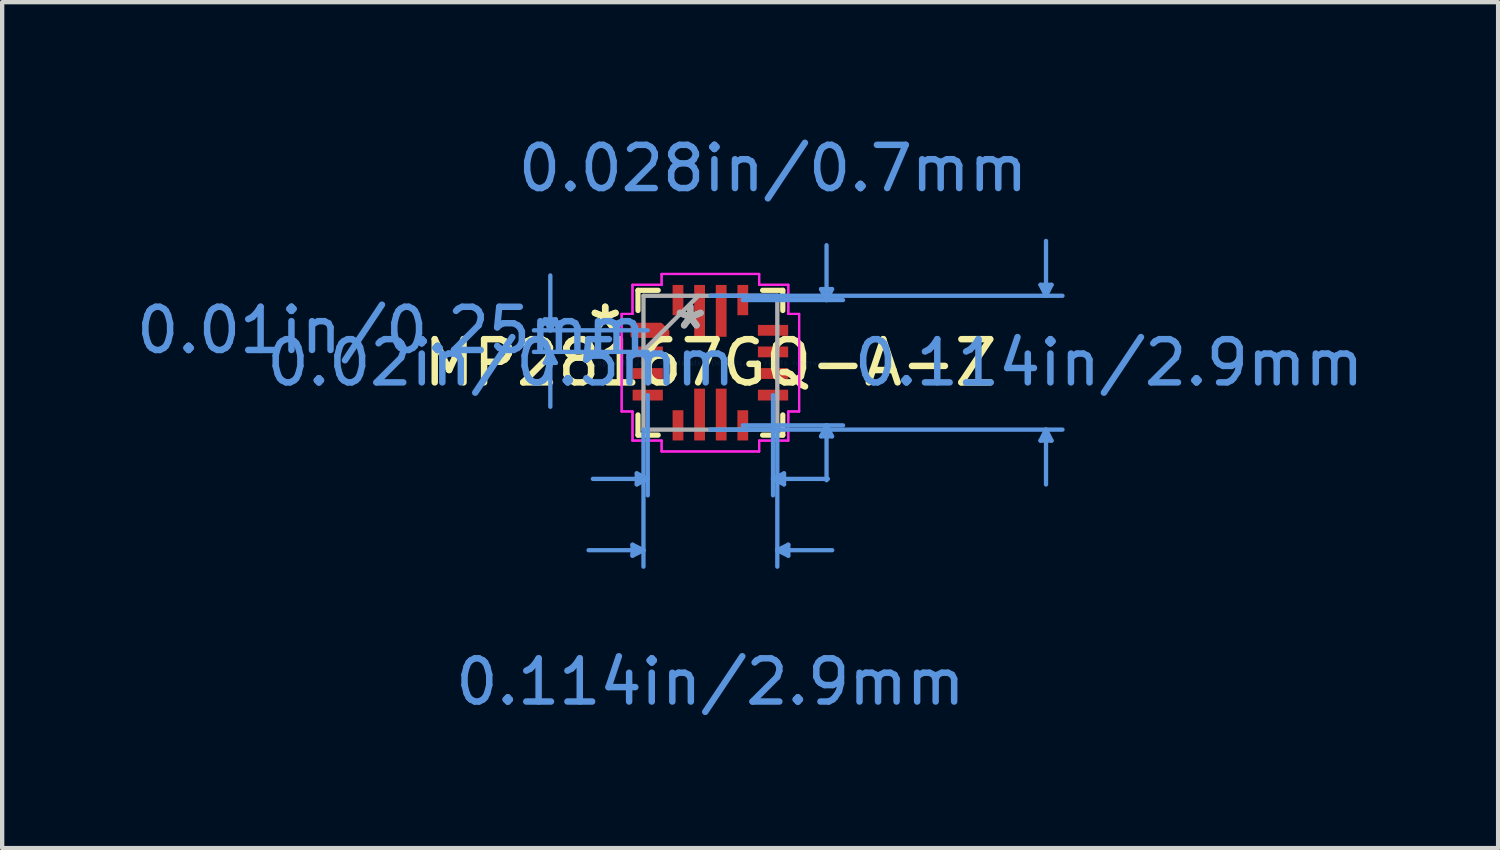
<source format=kicad_pcb>
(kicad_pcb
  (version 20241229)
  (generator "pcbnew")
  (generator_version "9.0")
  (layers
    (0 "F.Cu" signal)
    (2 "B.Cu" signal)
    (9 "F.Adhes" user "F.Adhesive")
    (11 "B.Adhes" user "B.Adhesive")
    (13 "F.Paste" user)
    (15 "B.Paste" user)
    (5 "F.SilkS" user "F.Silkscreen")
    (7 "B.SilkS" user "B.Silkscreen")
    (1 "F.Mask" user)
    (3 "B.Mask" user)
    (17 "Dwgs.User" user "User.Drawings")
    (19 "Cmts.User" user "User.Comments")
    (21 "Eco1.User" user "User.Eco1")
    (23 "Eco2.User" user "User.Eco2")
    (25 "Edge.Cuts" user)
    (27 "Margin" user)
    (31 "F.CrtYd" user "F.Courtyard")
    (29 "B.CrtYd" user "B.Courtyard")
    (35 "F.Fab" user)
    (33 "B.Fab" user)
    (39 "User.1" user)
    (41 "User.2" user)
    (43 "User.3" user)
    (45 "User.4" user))
  (footprint "MP28167GQ-A-Z"
    (layer "F.Cu")
    (at 13.394 5.346)
    (property "Reference" "MP28167GQ-A-Z" (at 0 0 0) (layer "F.SilkS") (effects (font (size 1 1) (thickness 0.15))))
    (attr through_hole)
    (fp_poly (pts (xy -1.8 -0.875) (xy -1.8 -0.625) (xy -1 -0.625) (xy -1 -0.725) (xy -1.15 -0.875)) (stroke (width 0.1) (type solid)) (fill yes) (layer "F.Cu"))
    (fp_poly (pts (xy -1.8 -0.875) (xy -1.8 -0.625) (xy -1 -0.625) (xy -1 -0.725) (xy -1.15 -0.875)) (stroke (width 0.1) (type solid)) (fill yes) (layer "F.Mask"))
    (fp_line (start -1.676 -1.676) (end -1.676 -1.208) (stroke (width 0.12) (type solid)) (layer "F.SilkS"))
    (fp_line (start -1.676 1.208) (end -1.676 1.676) (stroke (width 0.12) (type solid)) (layer "F.SilkS"))
    (fp_line (start -1.676 1.676) (end -1.208 1.676) (stroke (width 0.12) (type solid)) (layer "F.SilkS"))
    (fp_line (start -1.208 -1.676) (end -1.676 -1.676) (stroke (width 0.12) (type solid)) (layer "F.SilkS"))
    (fp_line (start 1.208 1.676) (end 1.676 1.676) (stroke (width 0.12) (type solid)) (layer "F.SilkS"))
    (fp_line (start 1.676 -1.676) (end 1.208 -1.676) (stroke (width 0.12) (type solid)) (layer "F.SilkS"))
    (fp_line (start 1.676 -1.208) (end 1.676 -1.676) (stroke (width 0.12) (type solid)) (layer "F.SilkS"))
    (fp_line (start 1.676 1.676) (end 1.676 1.208) (stroke (width 0.12) (type solid)) (layer "F.SilkS"))
    (fp_poly (pts (xy -1.8 -0.875) (xy -1.8 -0.625) (xy -1 -0.625) (xy -1 -0.725) (xy -1.15 -0.875)) (stroke (width 0.1) (type solid)) (fill yes) (layer "F.Paste"))
    (fp_line (start -3.832 -1.004) (end -3.578 -1.004) (stroke (width 0.1) (type solid)) (layer "Cmts.User"))
    (fp_line (start -3.832 0.004) (end -3.578 0.004) (stroke (width 0.1) (type solid)) (layer "Cmts.User"))
    (fp_line (start -3.705 -0.75) (end -3.832 -1.004) (stroke (width 0.1) (type solid)) (layer "Cmts.User"))
    (fp_line (start -3.705 -0.75) (end -3.705 -2.02) (stroke (width 0.1) (type solid)) (layer "Cmts.User"))
    (fp_line (start -3.705 -0.75) (end -3.578 -1.004) (stroke (width 0.1) (type solid)) (layer "Cmts.User"))
    (fp_line (start -3.705 -0.25) (end -3.832 0.004) (stroke (width 0.1) (type solid)) (layer "Cmts.User"))
    (fp_line (start -3.705 -0.25) (end -3.705 1.02) (stroke (width 0.1) (type solid)) (layer "Cmts.User"))
    (fp_line (start -3.705 -0.25) (end -3.578 0.004) (stroke (width 0.1) (type solid)) (layer "Cmts.User"))
    (fp_line (start -1.803 4.213) (end -1.803 4.467) (stroke (width 0.1) (type solid)) (layer "Cmts.User"))
    (fp_line (start -1.704 2.562) (end -1.704 2.816) (stroke (width 0.1) (type solid)) (layer "Cmts.User"))
    (fp_line (start -1.549 1.549) (end -1.549 4.721) (stroke (width 0.1) (type solid)) (layer "Cmts.User"))
    (fp_line (start -1.549 4.34) (end -2.819 4.34) (stroke (width 0.1) (type solid)) (layer "Cmts.User"))
    (fp_line (start -1.549 4.34) (end -1.803 4.213) (stroke (width 0.1) (type solid)) (layer "Cmts.User"))
    (fp_line (start -1.549 4.34) (end -1.803 4.467) (stroke (width 0.1) (type solid)) (layer "Cmts.User"))
    (fp_line (start -1.45 -0.75) (end -4.086 -0.75) (stroke (width 0.1) (type solid)) (layer "Cmts.User"))
    (fp_line (start -1.45 -0.25) (end -4.086 -0.25) (stroke (width 0.1) (type solid)) (layer "Cmts.User"))
    (fp_line (start -1.45 0.75) (end -1.45 3.07) (stroke (width 0.1) (type solid)) (layer "Cmts.User"))
    (fp_line (start -1.45 2.689) (end -2.72 2.689) (stroke (width 0.1) (type solid)) (layer "Cmts.User"))
    (fp_line (start -1.45 2.689) (end -1.704 2.562) (stroke (width 0.1) (type solid)) (layer "Cmts.User"))
    (fp_line (start -1.45 2.689) (end -1.704 2.816) (stroke (width 0.1) (type solid)) (layer "Cmts.User"))
    (fp_line (start 0 -1.549) (end 8.15 -1.549) (stroke (width 0.1) (type solid)) (layer "Cmts.User"))
    (fp_line (start 0 1.549) (end 8.15 1.549) (stroke (width 0.1) (type solid)) (layer "Cmts.User"))
    (fp_line (start 0.75 -1.45) (end 3.07 -1.45) (stroke (width 0.1) (type solid)) (layer "Cmts.User"))
    (fp_line (start 0.75 1.45) (end 3.07 1.45) (stroke (width 0.1) (type solid)) (layer "Cmts.User"))
    (fp_line (start 1.45 0.75) (end 1.45 3.07) (stroke (width 0.1) (type solid)) (layer "Cmts.User"))
    (fp_line (start 1.45 2.689) (end 1.704 2.562) (stroke (width 0.1) (type solid)) (layer "Cmts.User"))
    (fp_line (start 1.45 2.689) (end 1.704 2.816) (stroke (width 0.1) (type solid)) (layer "Cmts.User"))
    (fp_line (start 1.45 2.689) (end 2.72 2.689) (stroke (width 0.1) (type solid)) (layer "Cmts.User"))
    (fp_line (start 1.549 1.549) (end 1.549 4.721) (stroke (width 0.1) (type solid)) (layer "Cmts.User"))
    (fp_line (start 1.549 4.34) (end 1.803 4.213) (stroke (width 0.1) (type solid)) (layer "Cmts.User"))
    (fp_line (start 1.549 4.34) (end 1.803 4.467) (stroke (width 0.1) (type solid)) (layer "Cmts.User"))
    (fp_line (start 1.549 4.34) (end 2.819 4.34) (stroke (width 0.1) (type solid)) (layer "Cmts.User"))
    (fp_line (start 1.704 2.562) (end 1.704 2.816) (stroke (width 0.1) (type solid)) (layer "Cmts.User"))
    (fp_line (start 1.803 4.213) (end 1.803 4.467) (stroke (width 0.1) (type solid)) (layer "Cmts.User"))
    (fp_line (start 2.562 -1.704) (end 2.816 -1.704) (stroke (width 0.1) (type solid)) (layer "Cmts.User"))
    (fp_line (start 2.562 1.704) (end 2.816 1.704) (stroke (width 0.1) (type solid)) (layer "Cmts.User"))
    (fp_line (start 2.689 -1.45) (end 2.562 -1.704) (stroke (width 0.1) (type solid)) (layer "Cmts.User"))
    (fp_line (start 2.689 -1.45) (end 2.689 -2.72) (stroke (width 0.1) (type solid)) (layer "Cmts.User"))
    (fp_line (start 2.689 -1.45) (end 2.816 -1.704) (stroke (width 0.1) (type solid)) (layer "Cmts.User"))
    (fp_line (start 2.689 1.45) (end 2.562 1.704) (stroke (width 0.1) (type solid)) (layer "Cmts.User"))
    (fp_line (start 2.689 1.45) (end 2.689 2.72) (stroke (width 0.1) (type solid)) (layer "Cmts.User"))
    (fp_line (start 2.689 1.45) (end 2.816 1.704) (stroke (width 0.1) (type solid)) (layer "Cmts.User"))
    (fp_line (start 7.642 -1.803) (end 7.896 -1.803) (stroke (width 0.1) (type solid)) (layer "Cmts.User"))
    (fp_line (start 7.642 1.803) (end 7.896 1.803) (stroke (width 0.1) (type solid)) (layer "Cmts.User"))
    (fp_line (start 7.769 -1.549) (end 7.642 -1.803) (stroke (width 0.1) (type solid)) (layer "Cmts.User"))
    (fp_line (start 7.769 -1.549) (end 7.769 -2.819) (stroke (width 0.1) (type solid)) (layer "Cmts.User"))
    (fp_line (start 7.769 -1.549) (end 7.896 -1.803) (stroke (width 0.1) (type solid)) (layer "Cmts.User"))
    (fp_line (start 7.769 1.549) (end 7.642 1.803) (stroke (width 0.1) (type solid)) (layer "Cmts.User"))
    (fp_line (start 7.769 1.549) (end 7.769 2.819) (stroke (width 0.1) (type solid)) (layer "Cmts.User"))
    (fp_line (start 7.769 1.549) (end 7.896 1.803) (stroke (width 0.1) (type solid)) (layer "Cmts.User"))
    (fp_line (start -2.054 -1.129) (end -1.803 -1.129) (stroke (width 0.05) (type solid)) (layer "F.CrtYd"))
    (fp_line (start -2.054 -1.129) (end -1.803 -1.129) (stroke (width 0.05) (type solid)) (layer "F.CrtYd"))
    (fp_line (start -2.054 1.129) (end -2.054 -1.129) (stroke (width 0.05) (type solid)) (layer "F.CrtYd"))
    (fp_line (start -2.054 1.129) (end -2.054 -1.129) (stroke (width 0.05) (type solid)) (layer "F.CrtYd"))
    (fp_line (start -1.803 -1.803) (end -1.129 -1.803) (stroke (width 0.05) (type solid)) (layer "F.CrtYd"))
    (fp_line (start -1.803 -1.803) (end -1.129 -1.803) (stroke (width 0.05) (type solid)) (layer "F.CrtYd"))
    (fp_line (start -1.803 -1.129) (end -1.803 -1.803) (stroke (width 0.05) (type solid)) (layer "F.CrtYd"))
    (fp_line (start -1.803 -1.129) (end -1.803 -1.803) (stroke (width 0.05) (type solid)) (layer "F.CrtYd"))
    (fp_line (start -1.803 1.129) (end -2.054 1.129) (stroke (width 0.05) (type solid)) (layer "F.CrtYd"))
    (fp_line (start -1.803 1.129) (end -2.054 1.129) (stroke (width 0.05) (type solid)) (layer "F.CrtYd"))
    (fp_line (start -1.803 1.803) (end -1.803 1.129) (stroke (width 0.05) (type solid)) (layer "F.CrtYd"))
    (fp_line (start -1.803 1.803) (end -1.803 1.129) (stroke (width 0.05) (type solid)) (layer "F.CrtYd"))
    (fp_line (start -1.129 -2.054) (end 1.129 -2.054) (stroke (width 0.05) (type solid)) (layer "F.CrtYd"))
    (fp_line (start -1.129 -2.054) (end 1.129 -2.054) (stroke (width 0.05) (type solid)) (layer "F.CrtYd"))
    (fp_line (start -1.129 -1.803) (end -1.129 -2.054) (stroke (width 0.05) (type solid)) (layer "F.CrtYd"))
    (fp_line (start -1.129 -1.803) (end -1.129 -2.054) (stroke (width 0.05) (type solid)) (layer "F.CrtYd"))
    (fp_line (start -1.129 1.803) (end -1.803 1.803) (stroke (width 0.05) (type solid)) (layer "F.CrtYd"))
    (fp_line (start -1.129 1.803) (end -1.803 1.803) (stroke (width 0.05) (type solid)) (layer "F.CrtYd"))
    (fp_line (start -1.129 2.054) (end -1.129 1.803) (stroke (width 0.05) (type solid)) (layer "F.CrtYd"))
    (fp_line (start -1.129 2.054) (end -1.129 1.803) (stroke (width 0.05) (type solid)) (layer "F.CrtYd"))
    (fp_line (start 1.129 -2.054) (end 1.129 -1.803) (stroke (width 0.05) (type solid)) (layer "F.CrtYd"))
    (fp_line (start 1.129 -2.054) (end 1.129 -1.803) (stroke (width 0.05) (type solid)) (layer "F.CrtYd"))
    (fp_line (start 1.129 -1.803) (end 1.803 -1.803) (stroke (width 0.05) (type solid)) (layer "F.CrtYd"))
    (fp_line (start 1.129 -1.803) (end 1.803 -1.803) (stroke (width 0.05) (type solid)) (layer "F.CrtYd"))
    (fp_line (start 1.129 1.803) (end 1.129 2.054) (stroke (width 0.05) (type solid)) (layer "F.CrtYd"))
    (fp_line (start 1.129 1.803) (end 1.129 2.054) (stroke (width 0.05) (type solid)) (layer "F.CrtYd"))
    (fp_line (start 1.129 2.054) (end -1.129 2.054) (stroke (width 0.05) (type solid)) (layer "F.CrtYd"))
    (fp_line (start 1.129 2.054) (end -1.129 2.054) (stroke (width 0.05) (type solid)) (layer "F.CrtYd"))
    (fp_line (start 1.803 -1.803) (end 1.803 -1.129) (stroke (width 0.05) (type solid)) (layer "F.CrtYd"))
    (fp_line (start 1.803 -1.803) (end 1.803 -1.129) (stroke (width 0.05) (type solid)) (layer "F.CrtYd"))
    (fp_line (start 1.803 -1.129) (end 2.054 -1.129) (stroke (width 0.05) (type solid)) (layer "F.CrtYd"))
    (fp_line (start 1.803 -1.129) (end 2.054 -1.129) (stroke (width 0.05) (type solid)) (layer "F.CrtYd"))
    (fp_line (start 1.803 1.129) (end 1.803 1.803) (stroke (width 0.05) (type solid)) (layer "F.CrtYd"))
    (fp_line (start 1.803 1.129) (end 1.803 1.803) (stroke (width 0.05) (type solid)) (layer "F.CrtYd"))
    (fp_line (start 1.803 1.803) (end 1.129 1.803) (stroke (width 0.05) (type solid)) (layer "F.CrtYd"))
    (fp_line (start 1.803 1.803) (end 1.129 1.803) (stroke (width 0.05) (type solid)) (layer "F.CrtYd"))
    (fp_line (start 2.054 -1.129) (end 2.054 1.129) (stroke (width 0.05) (type solid)) (layer "F.CrtYd"))
    (fp_line (start 2.054 -1.129) (end 2.054 1.129) (stroke (width 0.05) (type solid)) (layer "F.CrtYd"))
    (fp_line (start 2.054 1.129) (end 1.803 1.129) (stroke (width 0.05) (type solid)) (layer "F.CrtYd"))
    (fp_line (start 2.054 1.129) (end 1.803 1.129) (stroke (width 0.05) (type solid)) (layer "F.CrtYd"))
    (fp_line (start -1.549 -1.549) (end -1.549 1.549) (stroke (width 0.1) (type solid)) (layer "F.Fab"))
    (fp_line (start -1.549 -0.279) (end -0.279 -1.549) (stroke (width 0.1) (type solid)) (layer "F.Fab"))
    (fp_line (start -1.549 1.549) (end 1.549 1.549) (stroke (width 0.1) (type solid)) (layer "F.Fab"))
    (fp_line (start 1.549 -1.549) (end -1.549 -1.549) (stroke (width 0.1) (type solid)) (layer "F.Fab"))
    (fp_line (start 1.549 1.549) (end 1.549 -1.549) (stroke (width 0.1) (type solid)) (layer "F.Fab"))
    (fp_text user "*" (at -2.435 -0.75 0) (layer "F.SilkS") (effects (font (size 1 1) (thickness 0.15))))
    (fp_text user "*" (at -2.435 -0.75 0) (layer "F.SilkS") (effects (font (size 1 1) (thickness 0.15))))
    (fp_text user "0.01in/0.25mm" (at -7.388 -0.75 0) (layer "Cmts.User") (effects (font (size 1 1) (thickness 0.15))))
    (fp_text user "0.028in/0.7mm" (at 1.45 -4.498 0) (layer "Cmts.User") (effects (font (size 1 1) (thickness 0.15))))
    (fp_text user "0.114in/2.9mm" (at 0 7.388 0) (layer "Cmts.User") (effects (font (size 1 1) (thickness 0.15))))
    (fp_text user "0.114in/2.9mm" (at 9.228 0 0) (layer "Cmts.User") (effects (font (size 1 1) (thickness 0.15))))
    (fp_text user "Copyright 2021 Accelerated Designs. All rights reserved." (at 0 0 0) (layer "Cmts.User") (effects (font (size 0.127 0.127) (thickness 0.002))))
    (fp_text user "0.02in/0.5mm" (at -4.848 0 0) (layer "Cmts.User") (effects (font (size 1 1) (thickness 0.15))))
    (fp_text user "*" (at -0.465 -0.75 0) (layer "F.Fab") (effects (font (size 1 1) (thickness 0.15))))
    (fp_text user "*" (at -0.465 -0.75 0) (layer "F.Fab") (effects (font (size 1 1) (thickness 0.15))))
    (pad "1" smd rect (at -1.45 -0.75) (size 0.127 0.127) (layers "F.Cu" "F.Mask" "F.Paste"))
    (pad "2" smd rect (at -1.45 -0.25) (size 0.7 0.25) (layers "F.Cu" "F.Mask" "F.Paste"))
    (pad "3" smd rect (at -1.45 0.25) (size 0.7 0.25) (layers "F.Cu" "F.Mask" "F.Paste"))
    (pad "4" smd rect (at -1.45 0.75) (size 0.7 0.25) (layers "F.Cu" "F.Mask" "F.Paste"))
    (pad "5" smd rect (at -0.75 1.45 90) (size 0.7 0.25) (layers "F.Cu" "F.Mask" "F.Paste"))
    (pad "6" smd rect (at -0.25 1.2 90) (size 1.2 0.25) (layers "F.Cu" "F.Mask" "F.Paste"))
    (pad "7" smd rect (at 0.25 1.2 90) (size 1.2 0.25) (layers "F.Cu" "F.Mask" "F.Paste"))
    (pad "8" smd rect (at 0.75 1.45 90) (size 0.7 0.25) (layers "F.Cu" "F.Mask" "F.Paste"))
    (pad "9" smd rect (at 1.45 0.75) (size 0.7 0.25) (layers "F.Cu" "F.Mask" "F.Paste"))
    (pad "10" smd rect (at 1.45 0.25) (size 0.7 0.25) (layers "F.Cu" "F.Mask" "F.Paste"))
    (pad "11" smd rect (at 1.45 -0.25) (size 0.7 0.25) (layers "F.Cu" "F.Mask" "F.Paste"))
    (pad "12" smd rect (at 1.45 -0.75) (size 0.7 0.25) (layers "F.Cu" "F.Mask" "F.Paste"))
    (pad "13" smd rect (at 0.75 -1.45 90) (size 0.7 0.25) (layers "F.Cu" "F.Mask" "F.Paste"))
    (pad "14" smd rect (at 0.25 -1.2 90) (size 1.2 0.25) (layers "F.Cu" "F.Mask" "F.Paste"))
    (pad "15" smd rect (at -0.25 -1.2 90) (size 1.2 0.25) (layers "F.Cu" "F.Mask" "F.Paste"))
    (pad "16" smd rect (at -0.75 -1.45 90) (size 0.7 0.25) (layers "F.Cu" "F.Mask" "F.Paste")))
  (gr_rect
    (start -3 -3)
    (end 31.628 16.582)
    (stroke (width 0.1) (type default))
    (fill no)
    (layer "Edge.Cuts")))
</source>
